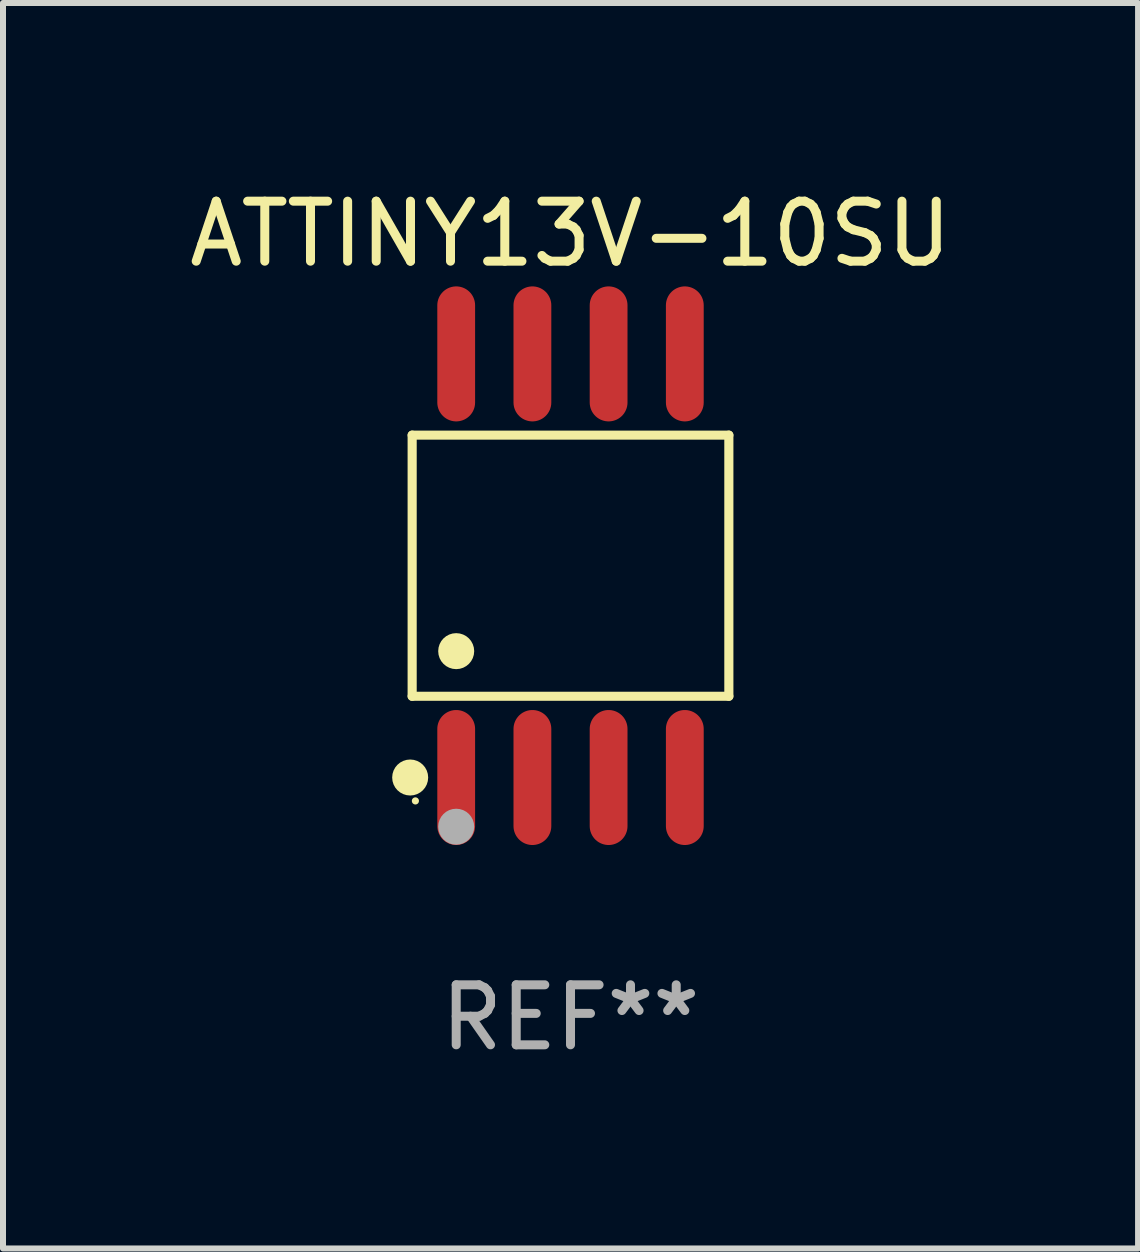
<source format=kicad_pcb>
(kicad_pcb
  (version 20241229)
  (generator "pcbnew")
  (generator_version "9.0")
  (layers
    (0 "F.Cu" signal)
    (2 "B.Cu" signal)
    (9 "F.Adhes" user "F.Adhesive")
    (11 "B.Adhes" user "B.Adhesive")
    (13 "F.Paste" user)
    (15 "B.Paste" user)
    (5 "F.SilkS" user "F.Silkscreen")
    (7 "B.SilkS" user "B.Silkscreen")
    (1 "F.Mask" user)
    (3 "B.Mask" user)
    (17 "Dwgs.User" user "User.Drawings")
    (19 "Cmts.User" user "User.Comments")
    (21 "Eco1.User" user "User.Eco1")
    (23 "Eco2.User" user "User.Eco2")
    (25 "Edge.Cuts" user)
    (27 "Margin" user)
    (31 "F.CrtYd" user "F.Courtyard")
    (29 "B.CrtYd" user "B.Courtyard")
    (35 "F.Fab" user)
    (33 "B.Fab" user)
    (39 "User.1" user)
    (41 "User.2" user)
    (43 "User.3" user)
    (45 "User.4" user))
  (footprint "ATTINY13V-10SU"
    (layer "F.Cu")
    (at 6.458 6.378)
    (property "Reference" "ATTINY13V-10SU" (at 0 -5.53 0) (layer "F.SilkS") (effects (font (size 1 1) (thickness 0.15))))
    (attr through_hole)
    (fp_line (start -2.639 -2.176) (end 2.639 -2.176) (stroke (width 0.152) (type solid)) (layer "F.SilkS"))
    (fp_line (start -2.639 2.176) (end -2.639 -2.176) (stroke (width 0.152) (type solid)) (layer "F.SilkS"))
    (fp_line (start 2.639 -2.176) (end 2.639 2.176) (stroke (width 0.152) (type solid)) (layer "F.SilkS"))
    (fp_line (start 2.639 2.176) (end -2.639 2.176) (stroke (width 0.152) (type solid)) (layer "F.SilkS"))
    (fp_circle (center -2.672 3.53) (end -2.522 3.53) (stroke (width 0.3) (type solid)) (fill no) (layer "F.SilkS"))
    (fp_circle (center -2.585 3.92) (end -2.555 3.92) (stroke (width 0.06) (type solid)) (fill no) (layer "F.SilkS"))
    (fp_circle (center -1.905 1.424) (end -1.755 1.424) (stroke (width 0.3) (type solid)) (fill no) (layer "F.SilkS"))
    (fp_circle (center -1.905 4.35) (end -1.755 4.35) (stroke (width 0.3) (type solid)) (fill no) (layer "F.Fab"))
    (fp_text user "REF**" (at 0 7.53 0) (layer "F.Fab") (effects (font (size 1 1) (thickness 0.15))))
    (pad "1" smd oval (at -1.905 3.53) (size 0.63 2.25) (layers "F.Cu" "F.Mask" "F.Paste"))
    (pad "2" smd oval (at -0.635 3.53) (size 0.63 2.25) (layers "F.Cu" "F.Mask" "F.Paste"))
    (pad "3" smd oval (at 0.635 3.53) (size 0.63 2.25) (layers "F.Cu" "F.Mask" "F.Paste"))
    (pad "4" smd oval (at 1.905 3.53) (size 0.63 2.25) (layers "F.Cu" "F.Mask" "F.Paste"))
    (pad "5" smd oval (at 1.905 -3.53) (size 0.63 2.25) (layers "F.Cu" "F.Mask" "F.Paste"))
    (pad "6" smd oval (at 0.635 -3.53) (size 0.63 2.25) (layers "F.Cu" "F.Mask" "F.Paste"))
    (pad "7" smd oval (at -0.635 -3.53) (size 0.63 2.25) (layers "F.Cu" "F.Mask" "F.Paste"))
    (pad "8" smd oval (at -1.905 -3.53) (size 0.63 2.25) (layers "F.Cu" "F.Mask" "F.Paste")))
  (gr_rect
    (start -3 -3)
    (end 15.917 17.757)
    (stroke (width 0.1) (type default))
    (fill no)
    (layer "Edge.Cuts")))
</source>
